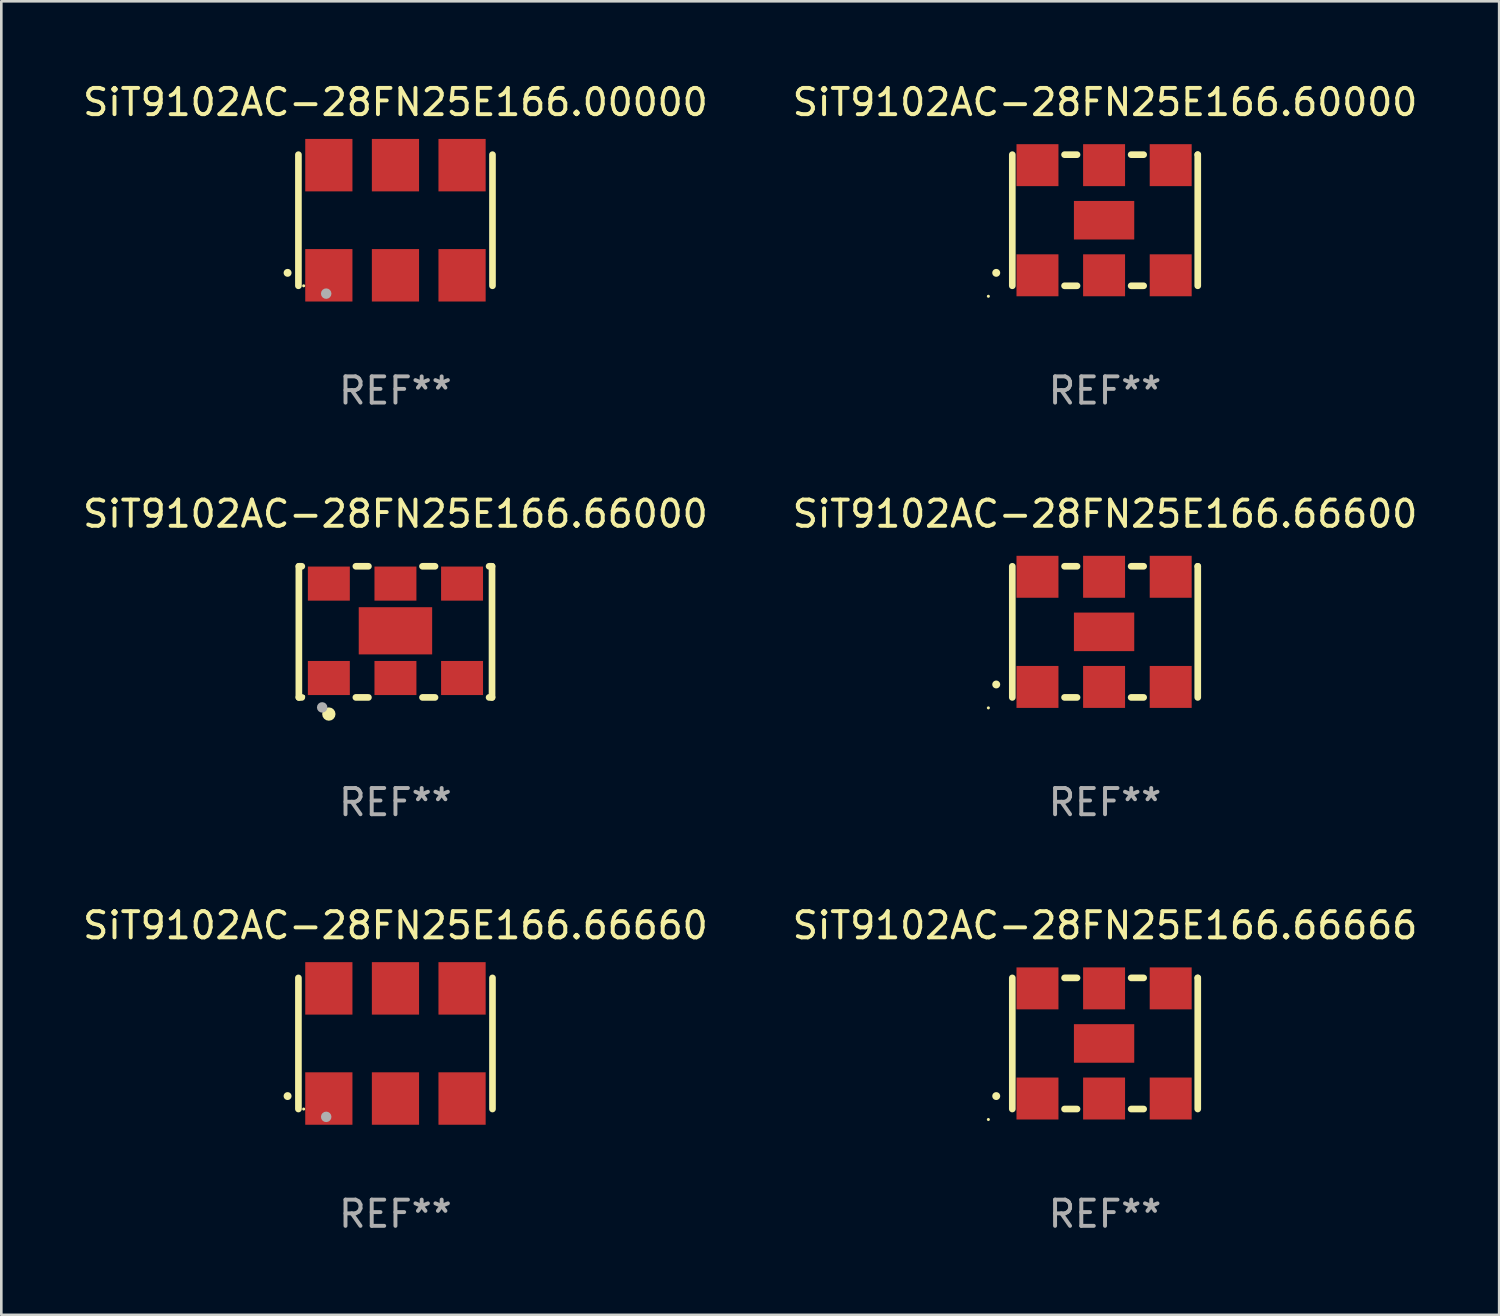
<source format=kicad_pcb>
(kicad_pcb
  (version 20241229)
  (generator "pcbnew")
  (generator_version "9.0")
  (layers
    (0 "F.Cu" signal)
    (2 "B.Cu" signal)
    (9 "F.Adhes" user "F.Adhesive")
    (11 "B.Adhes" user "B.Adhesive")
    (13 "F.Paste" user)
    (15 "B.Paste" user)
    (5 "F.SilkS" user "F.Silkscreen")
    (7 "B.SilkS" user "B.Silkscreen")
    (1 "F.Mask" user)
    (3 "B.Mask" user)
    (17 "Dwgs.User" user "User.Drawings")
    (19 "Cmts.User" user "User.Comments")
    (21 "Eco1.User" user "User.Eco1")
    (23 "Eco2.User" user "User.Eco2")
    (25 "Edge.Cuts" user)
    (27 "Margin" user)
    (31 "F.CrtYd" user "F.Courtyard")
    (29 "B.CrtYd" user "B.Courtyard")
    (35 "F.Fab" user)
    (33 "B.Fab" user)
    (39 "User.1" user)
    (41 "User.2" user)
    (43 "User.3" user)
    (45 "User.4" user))
  (footprint "SiT9102AC-28FN25E166.66600"
    (layer "F.Cu")
    (at 39.089 21.045)
    (property "Reference" "SiT9102AC-28FN25E166.66600" (at 0 -4.5 0) (layer "F.SilkS") (effects (font (size 1 1) (thickness 0.15))))
    (attr through_hole)
    (fp_line (start -3.536 -2.5) (end -3.536 2.5) (stroke (width 0.254) (type solid)) (layer "F.SilkS"))
    (fp_line (start -1.544 2.5) (end -1.067 2.5) (stroke (width 0.254) (type solid)) (layer "F.SilkS"))
    (fp_line (start -1.067 -2.5) (end -1.544 -2.5) (stroke (width 0.254) (type solid)) (layer "F.SilkS"))
    (fp_line (start 0.996 2.5) (end 1.473 2.5) (stroke (width 0.254) (type solid)) (layer "F.SilkS"))
    (fp_line (start 1.473 -2.5) (end 0.996 -2.5) (stroke (width 0.254) (type solid)) (layer "F.SilkS"))
    (fp_line (start 3.536 -2.5) (end 3.536 -2.5) (stroke (width 0.254) (type solid)) (layer "F.SilkS"))
    (fp_line (start 3.536 2.5) (end 3.536 -2.5) (stroke (width 0.254) (type solid)) (layer "F.SilkS"))
    (fp_arc (start -4.150432 2.006604) (mid -4.149162 2.006599) (end -4.147892 2.006604) (stroke (width 0.3) (type solid)) (layer "F.SilkS"))
    (fp_circle (center -4.449 2.9) (end -4.419 2.9) (stroke (width 0.06) (type solid)) (fill no) (layer "F.SilkS"))
    (fp_text user "REF**" (at 0 6.5 0) (layer "F.Fab") (effects (font (size 1 1) (thickness 0.15))))
    (pad "1" smd rect (at -2.576 2.1) (size 1.6 1.6) (layers "F.Cu" "F.Mask" "F.Paste"))
    (pad "2" smd rect (at -0.036 2.1) (size 1.6 1.6) (layers "F.Cu" "F.Mask" "F.Paste"))
    (pad "3" smd rect (at 2.504 2.1) (size 1.6 1.6) (layers "F.Cu" "F.Mask" "F.Paste"))
    (pad "4" smd rect (at 2.504 -2.1) (size 1.6 1.6) (layers "F.Cu" "F.Mask" "F.Paste"))
    (pad "5" smd rect (at -0.036 -2.1) (size 1.6 1.6) (layers "F.Cu" "F.Mask" "F.Paste"))
    (pad "6" smd rect (at -2.576 -2.1) (size 1.6 1.6) (layers "F.Cu" "F.Mask" "F.Paste"))
    (pad "7" smd rect (at -0.036 0) (size 2.3 1.47) (layers "F.Cu" "F.Mask" "F.Paste")))
  (footprint "SiT9102AC-28FN25E166.66000"
    (layer "F.Cu")
    (at 12.03 21.045)
    (property "Reference" "SiT9102AC-28FN25E166.66000" (at 0 -4.5 0) (layer "F.SilkS") (effects (font (size 1 1) (thickness 0.15))))
    (attr through_hole)
    (fp_line (start -3.683 -2.5) (end -3.571 -2.5) (stroke (width 0.254) (type solid)) (layer "F.SilkS"))
    (fp_line (start -3.683 2.5) (end -3.683 -2.5) (stroke (width 0.254) (type solid)) (layer "F.SilkS"))
    (fp_line (start -3.683 2.5) (end -3.571 2.5) (stroke (width 0.254) (type solid)) (layer "F.SilkS"))
    (fp_line (start -1.509 -2.5) (end -1.031 -2.5) (stroke (width 0.254) (type solid)) (layer "F.SilkS"))
    (fp_line (start -1.509 2.5) (end -1.031 2.5) (stroke (width 0.254) (type solid)) (layer "F.SilkS"))
    (fp_line (start 1.031 -2.5) (end 1.509 -2.5) (stroke (width 0.254) (type solid)) (layer "F.SilkS"))
    (fp_line (start 1.031 2.5) (end 1.509 2.5) (stroke (width 0.254) (type solid)) (layer "F.SilkS"))
    (fp_line (start 3.571 -2.5) (end 3.683 -2.5) (stroke (width 0.254) (type solid)) (layer "F.SilkS"))
    (fp_line (start 3.571 2.5) (end 3.683 2.5) (stroke (width 0.254) (type solid)) (layer "F.SilkS"))
    (fp_line (start 3.683 2.5) (end 3.683 -2.5) (stroke (width 0.254) (type solid)) (layer "F.SilkS"))
    (fp_circle (center -3.5 2.46) (end -3.47 2.46) (stroke (width 0.06) (type solid)) (fill no) (layer "F.SilkS"))
    (fp_circle (center -2.54 3.135) (end -2.413 3.135) (stroke (width 0.254) (type solid)) (fill no) (layer "F.SilkS"))
    (fp_circle (center -2.794 2.881) (end -2.694 2.881) (stroke (width 0.2) (type solid)) (fill no) (layer "F.Fab"))
    (fp_text user "REF**" (at 0 6.5 0) (layer "F.Fab") (effects (font (size 1 1) (thickness 0.15))))
    (pad "1" smd rect (at -2.54 1.76) (size 1.6 1.3) (layers "F.Cu" "F.Mask" "F.Paste"))
    (pad "2" smd rect (at 0 1.76) (size 1.6 1.3) (layers "F.Cu" "F.Mask" "F.Paste"))
    (pad "3" smd rect (at 2.54 1.76) (size 1.6 1.3) (layers "F.Cu" "F.Mask" "F.Paste"))
    (pad "4" smd rect (at 2.54 -1.84) (size 1.6 1.3) (layers "F.Cu" "F.Mask" "F.Paste"))
    (pad "5" smd rect (at 0 -1.84) (size 1.6 1.3) (layers "F.Cu" "F.Mask" "F.Paste"))
    (pad "6" smd rect (at -2.54 -1.84) (size 1.6 1.3) (layers "F.Cu" "F.Mask" "F.Paste"))
    (pad "7" smd rect (at 0 -0.04) (size 2.8 1.8) (layers "F.Cu" "F.Mask" "F.Paste")))
  (footprint "SiT9102AC-28FN25E166.66666"
    (layer "F.Cu")
    (at 39.089 36.741)
    (property "Reference" "SiT9102AC-28FN25E166.66666" (at 0 -4.5 0) (layer "F.SilkS") (effects (font (size 1 1) (thickness 0.15))))
    (attr through_hole)
    (fp_line (start -3.536 -2.5) (end -3.536 2.5) (stroke (width 0.254) (type solid)) (layer "F.SilkS"))
    (fp_line (start -1.544 2.5) (end -1.067 2.5) (stroke (width 0.254) (type solid)) (layer "F.SilkS"))
    (fp_line (start -1.067 -2.5) (end -1.544 -2.5) (stroke (width 0.254) (type solid)) (layer "F.SilkS"))
    (fp_line (start 0.996 2.5) (end 1.473 2.5) (stroke (width 0.254) (type solid)) (layer "F.SilkS"))
    (fp_line (start 1.473 -2.5) (end 0.996 -2.5) (stroke (width 0.254) (type solid)) (layer "F.SilkS"))
    (fp_line (start 3.536 -2.5) (end 3.536 -2.5) (stroke (width 0.254) (type solid)) (layer "F.SilkS"))
    (fp_line (start 3.536 2.5) (end 3.536 -2.5) (stroke (width 0.254) (type solid)) (layer "F.SilkS"))
    (fp_arc (start -4.150432 2.006604) (mid -4.149162 2.006599) (end -4.147892 2.006604) (stroke (width 0.3) (type solid)) (layer "F.SilkS"))
    (fp_circle (center -4.449 2.9) (end -4.419 2.9) (stroke (width 0.06) (type solid)) (fill no) (layer "F.SilkS"))
    (fp_text user "REF**" (at 0 6.5 0) (layer "F.Fab") (effects (font (size 1 1) (thickness 0.15))))
    (pad "1" smd rect (at -2.576 2.1) (size 1.6 1.6) (layers "F.Cu" "F.Mask" "F.Paste"))
    (pad "2" smd rect (at -0.036 2.1) (size 1.6 1.6) (layers "F.Cu" "F.Mask" "F.Paste"))
    (pad "3" smd rect (at 2.504 2.1) (size 1.6 1.6) (layers "F.Cu" "F.Mask" "F.Paste"))
    (pad "4" smd rect (at 2.504 -2.1) (size 1.6 1.6) (layers "F.Cu" "F.Mask" "F.Paste"))
    (pad "5" smd rect (at -0.036 -2.1) (size 1.6 1.6) (layers "F.Cu" "F.Mask" "F.Paste"))
    (pad "6" smd rect (at -2.576 -2.1) (size 1.6 1.6) (layers "F.Cu" "F.Mask" "F.Paste"))
    (pad "7" smd rect (at -0.036 0) (size 2.3 1.47) (layers "F.Cu" "F.Mask" "F.Paste")))
  (footprint "SiT9102AC-28FN25E166.66660"
    (layer "F.Cu")
    (at 12.03 36.741)
    (property "Reference" "SiT9102AC-28FN25E166.66660" (at 0 -4.5 0) (layer "F.SilkS") (effects (font (size 1 1) (thickness 0.15))))
    (attr through_hole)
    (fp_line (start -3.7 -2.5) (end -3.7 2.5) (stroke (width 0.254) (type solid)) (layer "F.SilkS"))
    (fp_line (start 3.7 -2.5) (end 3.7 2.5) (stroke (width 0.254) (type solid)) (layer "F.SilkS"))
    (fp_arc (start -4.114415 2.006604) (mid -4.113145 2.006599) (end -4.111875 2.006604) (stroke (width 0.3) (type solid)) (layer "F.SilkS"))
    (fp_circle (center -3.5 2.501) (end -3.47 2.501) (stroke (width 0.06) (type solid)) (fill no) (layer "F.SilkS"))
    (fp_circle (center -2.641 2.799) (end -2.541 2.799) (stroke (width 0.2) (type solid)) (fill no) (layer "F.Fab"))
    (fp_text user "REF**" (at 0 6.5 0) (layer "F.Fab") (effects (font (size 1 1) (thickness 0.15))))
    (pad "1" smd rect (at -2.54 2.1) (size 1.8 2) (layers "F.Cu" "F.Mask" "F.Paste"))
    (pad "2" smd rect (at 0.000394 2.1) (size 1.8 2) (layers "F.Cu" "F.Mask" "F.Paste"))
    (pad "3" smd rect (at 2.54 2.1) (size 1.8 2) (layers "F.Cu" "F.Mask" "F.Paste"))
    (pad "4" smd rect (at 2.54 -2.1) (size 1.8 2) (layers "F.Cu" "F.Mask" "F.Paste"))
    (pad "5" smd rect (at 0.000394 -2.1) (size 1.8 2) (layers "F.Cu" "F.Mask" "F.Paste"))
    (pad "6" smd rect (at -2.54 -2.1) (size 1.8 2) (layers "F.Cu" "F.Mask" "F.Paste")))
  (footprint "SiT9102AC-28FN25E166.00000"
    (layer "F.Cu")
    (at 12.03 5.348)
    (property "Reference" "SiT9102AC-28FN25E166.00000" (at 0 -4.5 0) (layer "F.SilkS") (effects (font (size 1 1) (thickness 0.15))))
    (attr through_hole)
    (fp_line (start -3.7 -2.5) (end -3.7 2.5) (stroke (width 0.254) (type solid)) (layer "F.SilkS"))
    (fp_line (start 3.7 -2.5) (end 3.7 2.5) (stroke (width 0.254) (type solid)) (layer "F.SilkS"))
    (fp_arc (start -4.114415 2.006604) (mid -4.113145 2.006599) (end -4.111875 2.006604) (stroke (width 0.3) (type solid)) (layer "F.SilkS"))
    (fp_circle (center -3.5 2.501) (end -3.47 2.501) (stroke (width 0.06) (type solid)) (fill no) (layer "F.SilkS"))
    (fp_circle (center -2.641 2.799) (end -2.541 2.799) (stroke (width 0.2) (type solid)) (fill no) (layer "F.Fab"))
    (fp_text user "REF**" (at 0 6.5 0) (layer "F.Fab") (effects (font (size 1 1) (thickness 0.15))))
    (pad "1" smd rect (at -2.54 2.1) (size 1.8 2) (layers "F.Cu" "F.Mask" "F.Paste"))
    (pad "2" smd rect (at 0.000394 2.1) (size 1.8 2) (layers "F.Cu" "F.Mask" "F.Paste"))
    (pad "3" smd rect (at 2.54 2.1) (size 1.8 2) (layers "F.Cu" "F.Mask" "F.Paste"))
    (pad "4" smd rect (at 2.54 -2.1) (size 1.8 2) (layers "F.Cu" "F.Mask" "F.Paste"))
    (pad "5" smd rect (at 0.000394 -2.1) (size 1.8 2) (layers "F.Cu" "F.Mask" "F.Paste"))
    (pad "6" smd rect (at -2.54 -2.1) (size 1.8 2) (layers "F.Cu" "F.Mask" "F.Paste")))
  (footprint "SiT9102AC-28FN25E166.60000"
    (layer "F.Cu")
    (at 39.089 5.348)
    (property "Reference" "SiT9102AC-28FN25E166.60000" (at 0 -4.5 0) (layer "F.SilkS") (effects (font (size 1 1) (thickness 0.15))))
    (attr through_hole)
    (fp_line (start -3.536 -2.5) (end -3.536 2.5) (stroke (width 0.254) (type solid)) (layer "F.SilkS"))
    (fp_line (start -1.544 2.5) (end -1.067 2.5) (stroke (width 0.254) (type solid)) (layer "F.SilkS"))
    (fp_line (start -1.067 -2.5) (end -1.544 -2.5) (stroke (width 0.254) (type solid)) (layer "F.SilkS"))
    (fp_line (start 0.996 2.5) (end 1.473 2.5) (stroke (width 0.254) (type solid)) (layer "F.SilkS"))
    (fp_line (start 1.473 -2.5) (end 0.996 -2.5) (stroke (width 0.254) (type solid)) (layer "F.SilkS"))
    (fp_line (start 3.536 -2.5) (end 3.536 -2.5) (stroke (width 0.254) (type solid)) (layer "F.SilkS"))
    (fp_line (start 3.536 2.5) (end 3.536 -2.5) (stroke (width 0.254) (type solid)) (layer "F.SilkS"))
    (fp_arc (start -4.150432 2.006604) (mid -4.149162 2.006599) (end -4.147892 2.006604) (stroke (width 0.3) (type solid)) (layer "F.SilkS"))
    (fp_circle (center -4.449 2.9) (end -4.419 2.9) (stroke (width 0.06) (type solid)) (fill no) (layer "F.SilkS"))
    (fp_text user "REF**" (at 0 6.5 0) (layer "F.Fab") (effects (font (size 1 1) (thickness 0.15))))
    (pad "1" smd rect (at -2.576 2.1) (size 1.6 1.6) (layers "F.Cu" "F.Mask" "F.Paste"))
    (pad "2" smd rect (at -0.036 2.1) (size 1.6 1.6) (layers "F.Cu" "F.Mask" "F.Paste"))
    (pad "3" smd rect (at 2.504 2.1) (size 1.6 1.6) (layers "F.Cu" "F.Mask" "F.Paste"))
    (pad "4" smd rect (at 2.504 -2.1) (size 1.6 1.6) (layers "F.Cu" "F.Mask" "F.Paste"))
    (pad "5" smd rect (at -0.036 -2.1) (size 1.6 1.6) (layers "F.Cu" "F.Mask" "F.Paste"))
    (pad "6" smd rect (at -2.576 -2.1) (size 1.6 1.6) (layers "F.Cu" "F.Mask" "F.Paste"))
    (pad "7" smd rect (at -0.036 0) (size 2.3 1.47) (layers "F.Cu" "F.Mask" "F.Paste")))
  (gr_rect
    (start -3 -3)
    (end 54.119 47.09)
    (stroke (width 0.1) (type default))
    (fill no)
    (layer "Edge.Cuts")))
</source>
